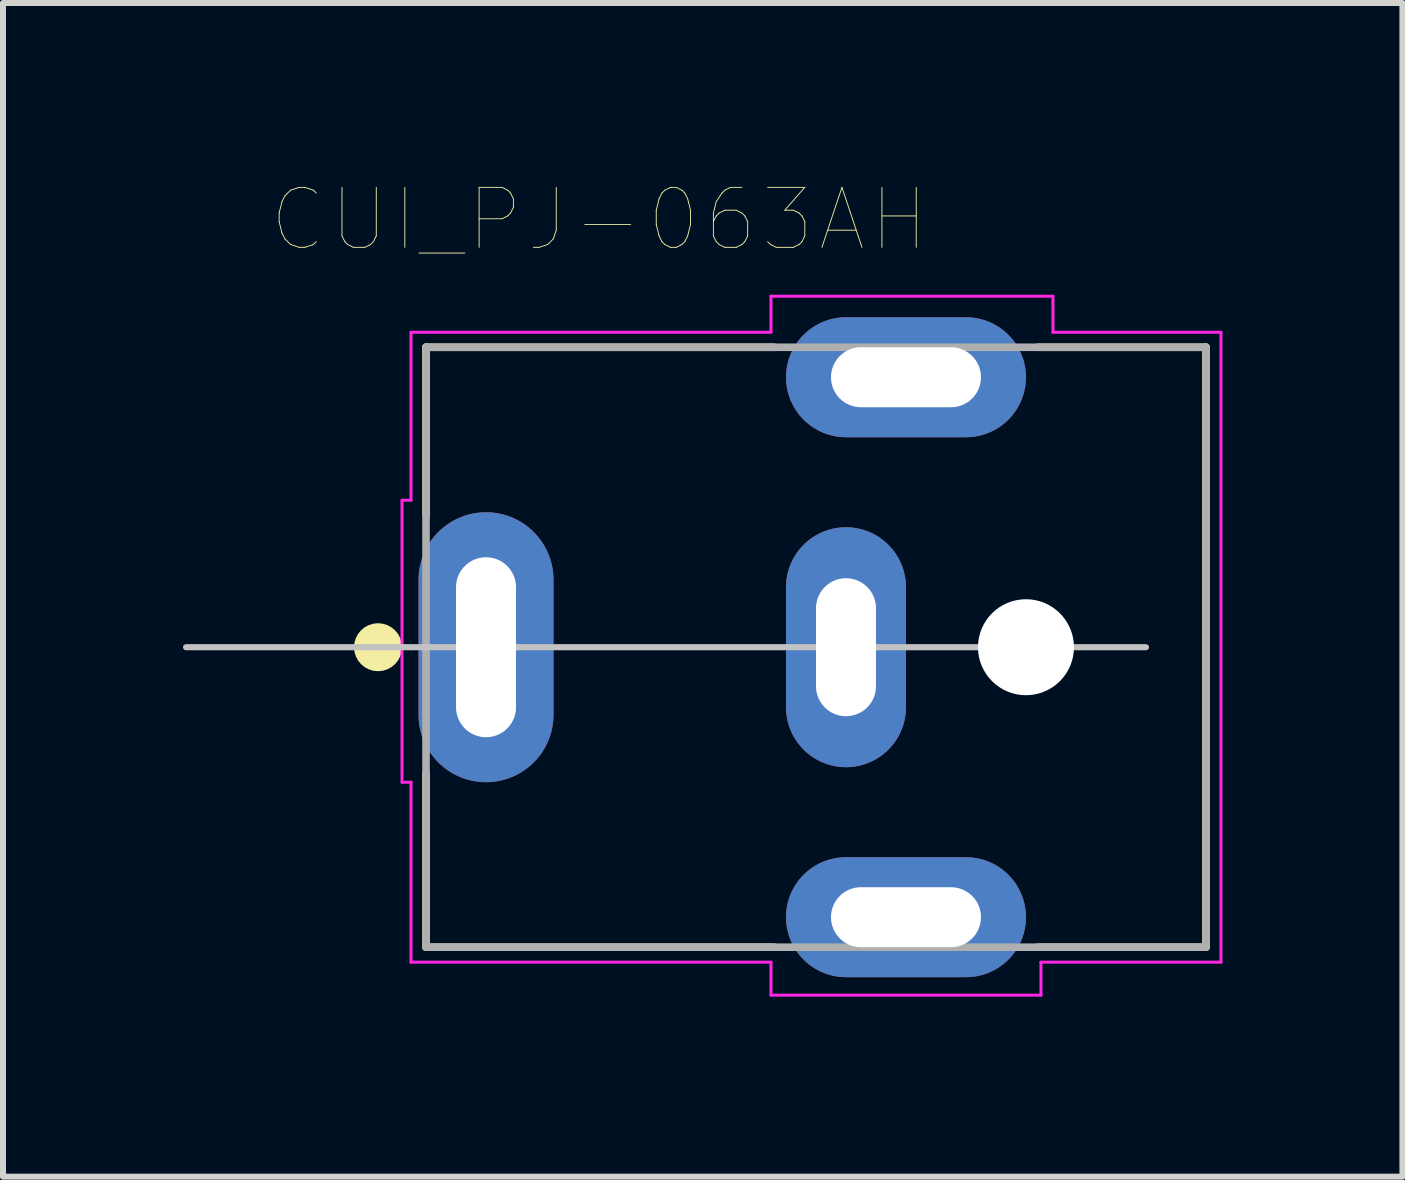
<source format=kicad_pcb>
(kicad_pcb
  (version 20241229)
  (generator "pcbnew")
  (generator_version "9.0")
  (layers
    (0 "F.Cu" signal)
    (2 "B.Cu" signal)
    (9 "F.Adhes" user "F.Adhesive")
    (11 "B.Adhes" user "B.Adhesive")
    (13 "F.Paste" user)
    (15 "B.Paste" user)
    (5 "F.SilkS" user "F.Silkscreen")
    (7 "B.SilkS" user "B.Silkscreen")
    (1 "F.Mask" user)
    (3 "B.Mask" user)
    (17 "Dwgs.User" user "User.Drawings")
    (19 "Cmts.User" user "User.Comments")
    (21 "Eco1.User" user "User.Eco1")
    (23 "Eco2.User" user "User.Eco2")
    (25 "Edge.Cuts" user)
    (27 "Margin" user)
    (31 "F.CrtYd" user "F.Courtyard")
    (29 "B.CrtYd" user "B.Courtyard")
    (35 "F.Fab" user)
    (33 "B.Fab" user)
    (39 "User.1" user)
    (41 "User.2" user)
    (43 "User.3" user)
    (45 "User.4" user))
  (footprint "CUI_PJ-063AH"
    (layer "F.Cu")
    (at 5.051 7.738)
    (property "Reference" "CUI_PJ-063AH" (at 1.885 -7.127 0) (layer "F.SilkS") (effects (font (size 1 1) (thickness 0.015))))
    (attr through_hole)
    (fp_line (start -1 -5) (end 4.8 -5) (stroke (width 0.127) (type solid)) (layer "F.SilkS"))
    (fp_line (start -1 -2.2) (end -1 -5) (stroke (width 0.127) (type solid)) (layer "F.SilkS"))
    (fp_line (start -1 5) (end -1 2.1) (stroke (width 0.127) (type solid)) (layer "F.SilkS"))
    (fp_line (start 4.8 5) (end -1 5) (stroke (width 0.127) (type solid)) (layer "F.SilkS"))
    (fp_line (start 9.2 -5) (end 12 -5) (stroke (width 0.127) (type solid)) (layer "F.SilkS"))
    (fp_line (start 12 -5) (end 12 5) (stroke (width 0.127) (type solid)) (layer "F.SilkS"))
    (fp_line (start 12 5) (end 9.2 5) (stroke (width 0.127) (type solid)) (layer "F.SilkS"))
    (fp_circle (center -1.8 0) (end -1.6 0) (stroke (width 0.4) (type solid)) (fill no) (layer "F.SilkS"))
    (fp_line (start -5 0) (end 11 0) (stroke (width 0.102) (type solid)) (layer "Dwgs.User"))
    (fp_line (start -1.4 -2.45) (end -1.25 -2.45) (stroke (width 0.05) (type solid)) (layer "F.CrtYd"))
    (fp_line (start -1.4 2.25) (end -1.4 -2.45) (stroke (width 0.05) (type solid)) (layer "F.CrtYd"))
    (fp_line (start -1.25 -5.25) (end 4.75 -5.25) (stroke (width 0.05) (type solid)) (layer "F.CrtYd"))
    (fp_line (start -1.25 -2.45) (end -1.25 -5.25) (stroke (width 0.05) (type solid)) (layer "F.CrtYd"))
    (fp_line (start -1.25 2.25) (end -1.4 2.25) (stroke (width 0.05) (type solid)) (layer "F.CrtYd"))
    (fp_line (start -1.25 5.25) (end -1.25 2.25) (stroke (width 0.05) (type solid)) (layer "F.CrtYd"))
    (fp_line (start 4.75 -5.85) (end 9.45 -5.85) (stroke (width 0.05) (type solid)) (layer "F.CrtYd"))
    (fp_line (start 4.75 -5.25) (end 4.75 -5.85) (stroke (width 0.05) (type solid)) (layer "F.CrtYd"))
    (fp_line (start 4.75 5.25) (end -1.25 5.25) (stroke (width 0.05) (type solid)) (layer "F.CrtYd"))
    (fp_line (start 4.75 5.8) (end 4.75 5.25) (stroke (width 0.05) (type solid)) (layer "F.CrtYd"))
    (fp_line (start 9.25 5.25) (end 9.25 5.8) (stroke (width 0.05) (type solid)) (layer "F.CrtYd"))
    (fp_line (start 9.25 5.8) (end 4.75 5.8) (stroke (width 0.05) (type solid)) (layer "F.CrtYd"))
    (fp_line (start 9.45 -5.85) (end 9.45 -5.25) (stroke (width 0.05) (type solid)) (layer "F.CrtYd"))
    (fp_line (start 9.45 -5.25) (end 12.25 -5.25) (stroke (width 0.05) (type solid)) (layer "F.CrtYd"))
    (fp_line (start 12.25 -5.25) (end 12.25 5.25) (stroke (width 0.05) (type solid)) (layer "F.CrtYd"))
    (fp_line (start 12.25 5.25) (end 9.25 5.25) (stroke (width 0.05) (type solid)) (layer "F.CrtYd"))
    (fp_line (start -1 -5) (end 12 -5) (stroke (width 0.127) (type solid)) (layer "F.Fab"))
    (fp_line (start -1 5) (end -1 -5) (stroke (width 0.127) (type solid)) (layer "F.Fab"))
    (fp_line (start 12 -5) (end 12 5) (stroke (width 0.127) (type solid)) (layer "F.Fab"))
    (fp_line (start 12 5) (end -1 5) (stroke (width 0.127) (type solid)) (layer "F.Fab"))
    (pad "" np_thru_hole circle (at 9 0) (size 1.6 1.6) (drill 1.6) (layers "*.Cu" "*.Mask"))
    (pad "1" thru_hole oval (at 0 0) (size 2.25 4.5) (drill oval 1 3) (layers "*.Cu" "*.Mask"))
    (pad "2" thru_hole oval (at 6 0) (size 2 4) (drill oval 1 2.3) (layers "*.Cu" "*.Mask"))
    (pad "S1" thru_hole oval (at 7 -4.5) (size 4 2) (drill oval 2.5 1) (layers "*.Cu" "*.Mask"))
    (pad "S2" thru_hole oval (at 7 4.5) (size 4 2) (drill oval 2.5 1) (layers "*.Cu" "*.Mask")))
  (gr_rect
    (start -3 -3)
    (end 20.326 16.563)
    (stroke (width 0.1) (type default))
    (fill no)
    (layer "Edge.Cuts")))
</source>
